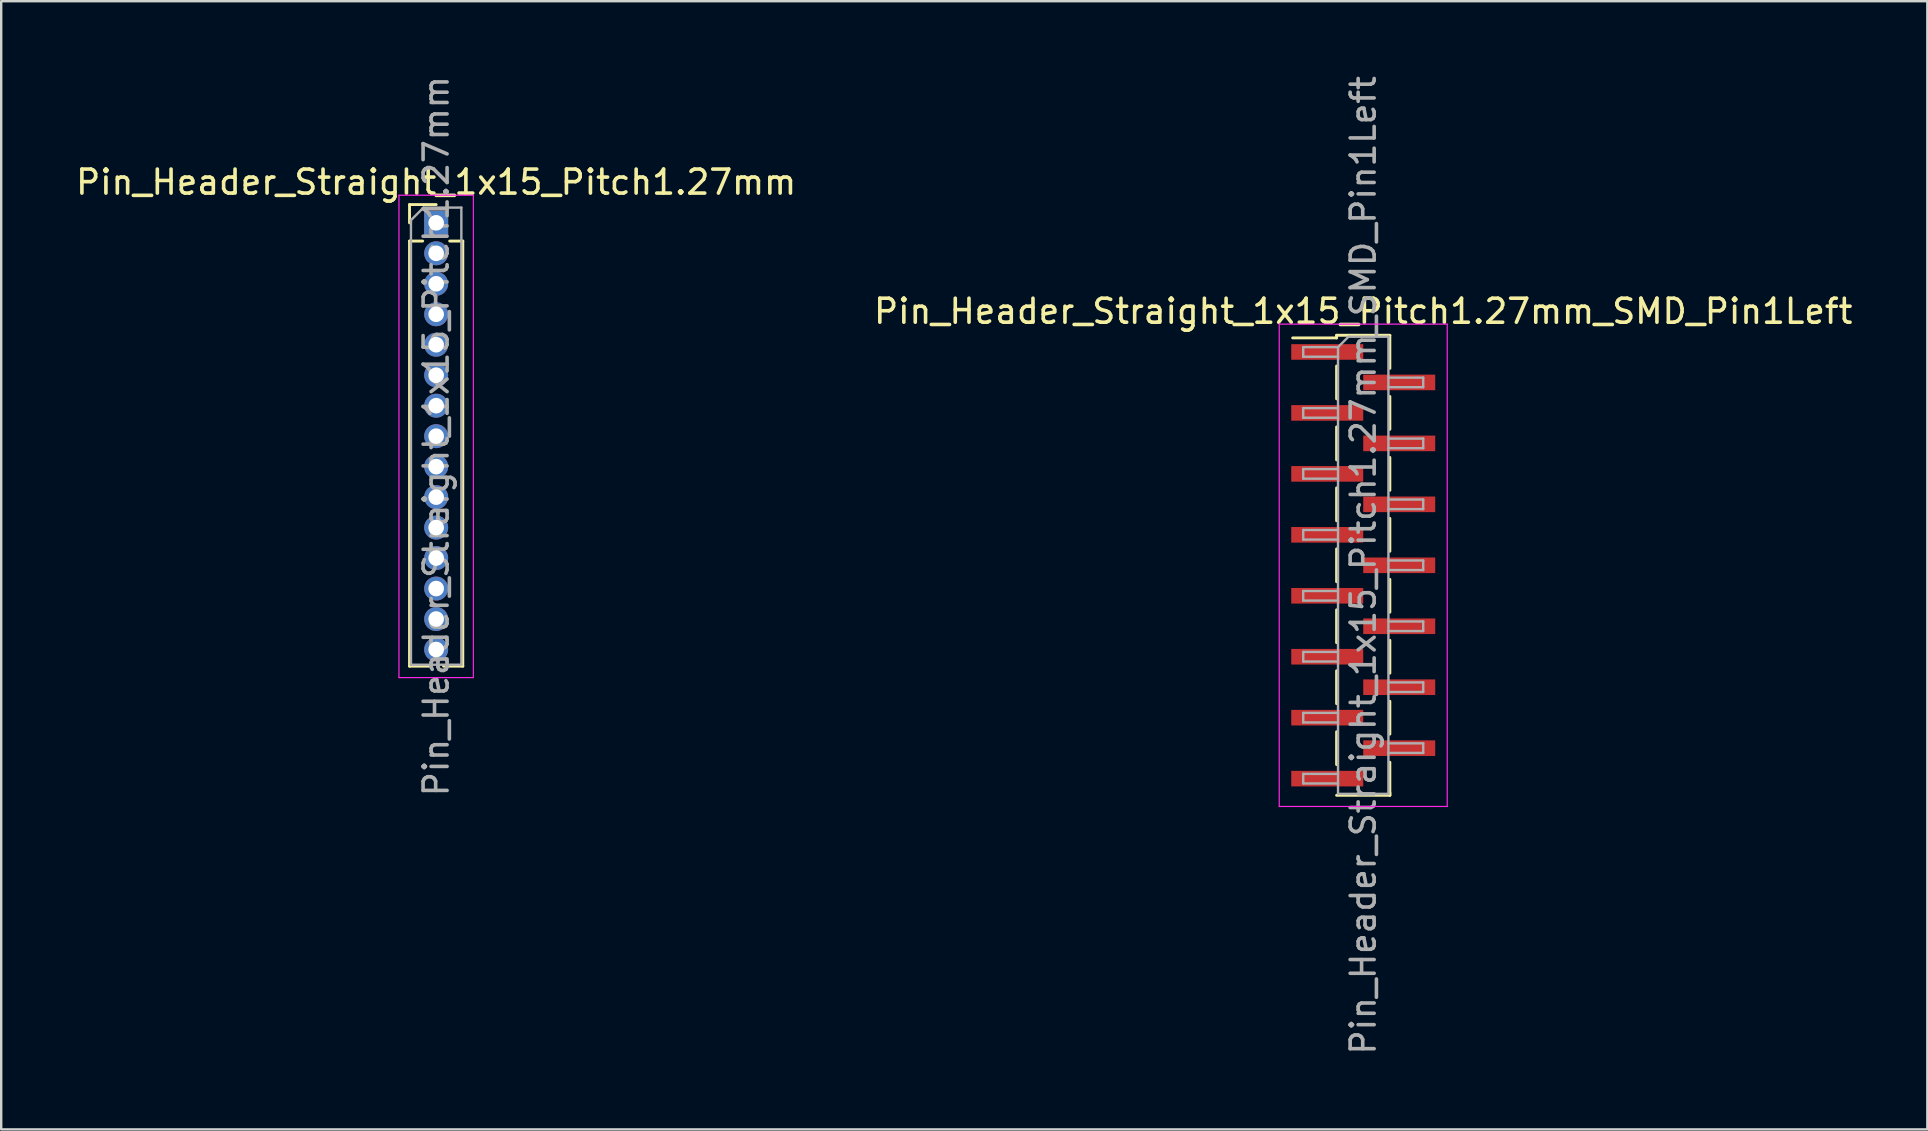
<source format=kicad_pcb>
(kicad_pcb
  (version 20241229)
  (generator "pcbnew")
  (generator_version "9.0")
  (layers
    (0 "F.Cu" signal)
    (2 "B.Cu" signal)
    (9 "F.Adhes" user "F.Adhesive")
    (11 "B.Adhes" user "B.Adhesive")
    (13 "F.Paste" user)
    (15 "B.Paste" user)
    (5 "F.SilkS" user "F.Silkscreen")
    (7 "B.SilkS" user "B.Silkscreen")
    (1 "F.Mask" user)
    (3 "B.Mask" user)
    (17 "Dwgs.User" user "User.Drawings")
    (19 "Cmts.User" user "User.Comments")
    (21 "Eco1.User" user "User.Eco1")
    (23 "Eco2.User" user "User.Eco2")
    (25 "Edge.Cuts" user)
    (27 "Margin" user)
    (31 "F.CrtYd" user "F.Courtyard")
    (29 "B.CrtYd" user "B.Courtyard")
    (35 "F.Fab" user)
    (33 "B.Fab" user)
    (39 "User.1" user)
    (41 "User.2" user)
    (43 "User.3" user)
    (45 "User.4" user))
  (footprint "Pin_Header_Straight_1x15_Pitch1.27mm_SMD_Pin1Left"
    (layer "F.Cu")
    (at 53.756 20.506)
    (property "Reference" "Pin_Header_Straight_1x15_Pitch1.27mm_SMD_Pin1Left" (at 0 -10.585 0) (layer "F.SilkS") (effects (font (size 1 1) (thickness 0.15))))
    (attr smd)
    (fp_line (start -1.11 -9.585) (end -1.11 -9.475) (stroke (width 0.12) (type solid)) (layer "F.SilkS"))
    (fp_line (start -1.11 -9.585) (end 1.11 -9.585) (stroke (width 0.12) (type solid)) (layer "F.SilkS"))
    (fp_line (start -1.11 -9.475) (end -2.94 -9.475) (stroke (width 0.12) (type solid)) (layer "F.SilkS"))
    (fp_line (start -1.11 -8.305) (end -1.11 -6.935) (stroke (width 0.12) (type solid)) (layer "F.SilkS"))
    (fp_line (start -1.11 -5.765) (end -1.11 -4.395) (stroke (width 0.12) (type solid)) (layer "F.SilkS"))
    (fp_line (start -1.11 -3.225) (end -1.11 -1.855) (stroke (width 0.12) (type solid)) (layer "F.SilkS"))
    (fp_line (start -1.11 -0.685) (end -1.11 0.685) (stroke (width 0.12) (type solid)) (layer "F.SilkS"))
    (fp_line (start -1.11 1.855) (end -1.11 3.225) (stroke (width 0.12) (type solid)) (layer "F.SilkS"))
    (fp_line (start -1.11 4.395) (end -1.11 5.765) (stroke (width 0.12) (type solid)) (layer "F.SilkS"))
    (fp_line (start -1.11 6.935) (end -1.11 8.305) (stroke (width 0.12) (type solid)) (layer "F.SilkS"))
    (fp_line (start -1.11 9.585) (end 1.11 9.585) (stroke (width 0.12) (type solid)) (layer "F.SilkS"))
    (fp_line (start 1.11 -9.575) (end 1.11 -8.205) (stroke (width 0.12) (type solid)) (layer "F.SilkS"))
    (fp_line (start 1.11 -7.035) (end 1.11 -5.665) (stroke (width 0.12) (type solid)) (layer "F.SilkS"))
    (fp_line (start 1.11 -4.495) (end 1.11 -3.125) (stroke (width 0.12) (type solid)) (layer "F.SilkS"))
    (fp_line (start 1.11 -1.955) (end 1.11 -0.585) (stroke (width 0.12) (type solid)) (layer "F.SilkS"))
    (fp_line (start 1.11 0.585) (end 1.11 1.955) (stroke (width 0.12) (type solid)) (layer "F.SilkS"))
    (fp_line (start 1.11 3.125) (end 1.11 4.495) (stroke (width 0.12) (type solid)) (layer "F.SilkS"))
    (fp_line (start 1.11 5.665) (end 1.11 7.035) (stroke (width 0.12) (type solid)) (layer "F.SilkS"))
    (fp_line (start 1.11 8.205) (end 1.11 9.575) (stroke (width 0.12) (type solid)) (layer "F.SilkS"))
    (fp_line (start 1.11 9.475) (end 1.11 9.585) (stroke (width 0.12) (type solid)) (layer "F.SilkS"))
    (fp_line (start -3.5 -10.05) (end -3.5 10.05) (stroke (width 0.05) (type solid)) (layer "F.CrtYd"))
    (fp_line (start -3.5 10.05) (end 3.5 10.05) (stroke (width 0.05) (type solid)) (layer "F.CrtYd"))
    (fp_line (start 3.5 -10.05) (end -3.5 -10.05) (stroke (width 0.05) (type solid)) (layer "F.CrtYd"))
    (fp_line (start 3.5 10.05) (end 3.5 -10.05) (stroke (width 0.05) (type solid)) (layer "F.CrtYd"))
    (fp_line (start -2.5 -9.09) (end -2.5 -8.69) (stroke (width 0.1) (type solid)) (layer "F.Fab"))
    (fp_line (start -2.5 -8.69) (end -1.05 -8.69) (stroke (width 0.1) (type solid)) (layer "F.Fab"))
    (fp_line (start -2.5 -6.55) (end -2.5 -6.15) (stroke (width 0.1) (type solid)) (layer "F.Fab"))
    (fp_line (start -2.5 -6.15) (end -1.05 -6.15) (stroke (width 0.1) (type solid)) (layer "F.Fab"))
    (fp_line (start -2.5 -4.01) (end -2.5 -3.61) (stroke (width 0.1) (type solid)) (layer "F.Fab"))
    (fp_line (start -2.5 -3.61) (end -1.05 -3.61) (stroke (width 0.1) (type solid)) (layer "F.Fab"))
    (fp_line (start -2.5 -1.47) (end -2.5 -1.07) (stroke (width 0.1) (type solid)) (layer "F.Fab"))
    (fp_line (start -2.5 -1.07) (end -1.05 -1.07) (stroke (width 0.1) (type solid)) (layer "F.Fab"))
    (fp_line (start -2.5 1.07) (end -2.5 1.47) (stroke (width 0.1) (type solid)) (layer "F.Fab"))
    (fp_line (start -2.5 1.47) (end -1.05 1.47) (stroke (width 0.1) (type solid)) (layer "F.Fab"))
    (fp_line (start -2.5 3.61) (end -2.5 4.01) (stroke (width 0.1) (type solid)) (layer "F.Fab"))
    (fp_line (start -2.5 4.01) (end -1.05 4.01) (stroke (width 0.1) (type solid)) (layer "F.Fab"))
    (fp_line (start -2.5 6.15) (end -2.5 6.55) (stroke (width 0.1) (type solid)) (layer "F.Fab"))
    (fp_line (start -2.5 6.55) (end -1.05 6.55) (stroke (width 0.1) (type solid)) (layer "F.Fab"))
    (fp_line (start -2.5 8.69) (end -2.5 9.09) (stroke (width 0.1) (type solid)) (layer "F.Fab"))
    (fp_line (start -2.5 9.09) (end -1.05 9.09) (stroke (width 0.1) (type solid)) (layer "F.Fab"))
    (fp_line (start -1.05 -9.09) (end -2.5 -9.09) (stroke (width 0.1) (type solid)) (layer "F.Fab"))
    (fp_line (start -1.05 -9.09) (end -0.615 -9.525) (stroke (width 0.1) (type solid)) (layer "F.Fab"))
    (fp_line (start -1.05 -6.55) (end -2.5 -6.55) (stroke (width 0.1) (type solid)) (layer "F.Fab"))
    (fp_line (start -1.05 -4.01) (end -2.5 -4.01) (stroke (width 0.1) (type solid)) (layer "F.Fab"))
    (fp_line (start -1.05 -1.47) (end -2.5 -1.47) (stroke (width 0.1) (type solid)) (layer "F.Fab"))
    (fp_line (start -1.05 1.07) (end -2.5 1.07) (stroke (width 0.1) (type solid)) (layer "F.Fab"))
    (fp_line (start -1.05 3.61) (end -2.5 3.61) (stroke (width 0.1) (type solid)) (layer "F.Fab"))
    (fp_line (start -1.05 6.15) (end -2.5 6.15) (stroke (width 0.1) (type solid)) (layer "F.Fab"))
    (fp_line (start -1.05 8.69) (end -2.5 8.69) (stroke (width 0.1) (type solid)) (layer "F.Fab"))
    (fp_line (start -1.05 9.525) (end -1.05 -9.09) (stroke (width 0.1) (type solid)) (layer "F.Fab"))
    (fp_line (start -0.615 -9.525) (end 1.05 -9.525) (stroke (width 0.1) (type solid)) (layer "F.Fab"))
    (fp_line (start 1.05 -9.525) (end 1.05 9.525) (stroke (width 0.1) (type solid)) (layer "F.Fab"))
    (fp_line (start 1.05 -7.82) (end 2.5 -7.82) (stroke (width 0.1) (type solid)) (layer "F.Fab"))
    (fp_line (start 1.05 -5.28) (end 2.5 -5.28) (stroke (width 0.1) (type solid)) (layer "F.Fab"))
    (fp_line (start 1.05 -2.74) (end 2.5 -2.74) (stroke (width 0.1) (type solid)) (layer "F.Fab"))
    (fp_line (start 1.05 -0.2) (end 2.5 -0.2) (stroke (width 0.1) (type solid)) (layer "F.Fab"))
    (fp_line (start 1.05 2.34) (end 2.5 2.34) (stroke (width 0.1) (type solid)) (layer "F.Fab"))
    (fp_line (start 1.05 4.88) (end 2.5 4.88) (stroke (width 0.1) (type solid)) (layer "F.Fab"))
    (fp_line (start 1.05 7.42) (end 2.5 7.42) (stroke (width 0.1) (type solid)) (layer "F.Fab"))
    (fp_line (start 1.05 9.525) (end -1.05 9.525) (stroke (width 0.1) (type solid)) (layer "F.Fab"))
    (fp_line (start 2.5 -7.82) (end 2.5 -7.42) (stroke (width 0.1) (type solid)) (layer "F.Fab"))
    (fp_line (start 2.5 -7.42) (end 1.05 -7.42) (stroke (width 0.1) (type solid)) (layer "F.Fab"))
    (fp_line (start 2.5 -5.28) (end 2.5 -4.88) (stroke (width 0.1) (type solid)) (layer "F.Fab"))
    (fp_line (start 2.5 -4.88) (end 1.05 -4.88) (stroke (width 0.1) (type solid)) (layer "F.Fab"))
    (fp_line (start 2.5 -2.74) (end 2.5 -2.34) (stroke (width 0.1) (type solid)) (layer "F.Fab"))
    (fp_line (start 2.5 -2.34) (end 1.05 -2.34) (stroke (width 0.1) (type solid)) (layer "F.Fab"))
    (fp_line (start 2.5 -0.2) (end 2.5 0.2) (stroke (width 0.1) (type solid)) (layer "F.Fab"))
    (fp_line (start 2.5 0.2) (end 1.05 0.2) (stroke (width 0.1) (type solid)) (layer "F.Fab"))
    (fp_line (start 2.5 2.34) (end 2.5 2.74) (stroke (width 0.1) (type solid)) (layer "F.Fab"))
    (fp_line (start 2.5 2.74) (end 1.05 2.74) (stroke (width 0.1) (type solid)) (layer "F.Fab"))
    (fp_line (start 2.5 4.88) (end 2.5 5.28) (stroke (width 0.1) (type solid)) (layer "F.Fab"))
    (fp_line (start 2.5 5.28) (end 1.05 5.28) (stroke (width 0.1) (type solid)) (layer "F.Fab"))
    (fp_line (start 2.5 7.42) (end 2.5 7.82) (stroke (width 0.1) (type solid)) (layer "F.Fab"))
    (fp_line (start 2.5 7.82) (end 1.05 7.82) (stroke (width 0.1) (type solid)) (layer "F.Fab"))
    (fp_text user "${REFERENCE}" (at 0 0 90) (layer "F.Fab") (effects (font (size 1 1) (thickness 0.15))))
    (pad "1" smd rect (at -1.5 -8.89) (size 3 0.65) (layers "F.Cu" "F.Mask" "F.Paste"))
    (pad "2" smd rect (at 1.5 -7.62) (size 3 0.65) (layers "F.Cu" "F.Mask" "F.Paste"))
    (pad "3" smd rect (at -1.5 -6.35) (size 3 0.65) (layers "F.Cu" "F.Mask" "F.Paste"))
    (pad "4" smd rect (at 1.5 -5.08) (size 3 0.65) (layers "F.Cu" "F.Mask" "F.Paste"))
    (pad "5" smd rect (at -1.5 -3.81) (size 3 0.65) (layers "F.Cu" "F.Mask" "F.Paste"))
    (pad "6" smd rect (at 1.5 -2.54) (size 3 0.65) (layers "F.Cu" "F.Mask" "F.Paste"))
    (pad "7" smd rect (at -1.5 -1.27) (size 3 0.65) (layers "F.Cu" "F.Mask" "F.Paste"))
    (pad "8" smd rect (at 1.5 0) (size 3 0.65) (layers "F.Cu" "F.Mask" "F.Paste"))
    (pad "9" smd rect (at -1.5 1.27) (size 3 0.65) (layers "F.Cu" "F.Mask" "F.Paste"))
    (pad "10" smd rect (at 1.5 2.54) (size 3 0.65) (layers "F.Cu" "F.Mask" "F.Paste"))
    (pad "11" smd rect (at -1.5 3.81) (size 3 0.65) (layers "F.Cu" "F.Mask" "F.Paste"))
    (pad "12" smd rect (at 1.5 5.08) (size 3 0.65) (layers "F.Cu" "F.Mask" "F.Paste"))
    (pad "13" smd rect (at -1.5 6.35) (size 3 0.65) (layers "F.Cu" "F.Mask" "F.Paste"))
    (pad "14" smd rect (at 1.5 7.62) (size 3 0.65) (layers "F.Cu" "F.Mask" "F.Paste"))
    (pad "15" smd rect (at -1.5 8.89) (size 3 0.65) (layers "F.Cu" "F.Mask" "F.Paste")))
  (footprint "Pin_Header_Straight_1x15_Pitch1.27mm"
    (layer "F.Cu")
    (at 15.125 6.235)
    (property "Reference" "Pin_Header_Straight_1x15_Pitch1.27mm" (at 0 -1.695 0) (layer "F.SilkS") (effects (font (size 1 1) (thickness 0.15))))
    (attr through_hole)
    (fp_line (start -1.11 -0.76) (end 0 -0.76) (stroke (width 0.12) (type solid)) (layer "F.SilkS"))
    (fp_line (start -1.11 0) (end -1.11 -0.76) (stroke (width 0.12) (type solid)) (layer "F.SilkS"))
    (fp_line (start -1.11 0.76) (end -1.11 18.475) (stroke (width 0.12) (type solid)) (layer "F.SilkS"))
    (fp_line (start -1.11 0.76) (end -0.563 0.76) (stroke (width 0.12) (type solid)) (layer "F.SilkS"))
    (fp_line (start -1.11 18.475) (end -0.308 18.475) (stroke (width 0.12) (type solid)) (layer "F.SilkS"))
    (fp_line (start 0.308 18.475) (end 1.11 18.475) (stroke (width 0.12) (type solid)) (layer "F.SilkS"))
    (fp_line (start 0.563 0.76) (end 1.11 0.76) (stroke (width 0.12) (type solid)) (layer "F.SilkS"))
    (fp_line (start 1.11 0.76) (end 1.11 18.475) (stroke (width 0.12) (type solid)) (layer "F.SilkS"))
    (fp_line (start -1.55 -1.15) (end -1.55 18.95) (stroke (width 0.05) (type solid)) (layer "F.CrtYd"))
    (fp_line (start -1.55 18.95) (end 1.55 18.95) (stroke (width 0.05) (type solid)) (layer "F.CrtYd"))
    (fp_line (start 1.55 -1.15) (end -1.55 -1.15) (stroke (width 0.05) (type solid)) (layer "F.CrtYd"))
    (fp_line (start 1.55 18.95) (end 1.55 -1.15) (stroke (width 0.05) (type solid)) (layer "F.CrtYd"))
    (fp_line (start -1.05 -0.11) (end -0.525 -0.635) (stroke (width 0.1) (type solid)) (layer "F.Fab"))
    (fp_line (start -1.05 18.415) (end -1.05 -0.11) (stroke (width 0.1) (type solid)) (layer "F.Fab"))
    (fp_line (start -0.525 -0.635) (end 1.05 -0.635) (stroke (width 0.1) (type solid)) (layer "F.Fab"))
    (fp_line (start 1.05 -0.635) (end 1.05 18.415) (stroke (width 0.1) (type solid)) (layer "F.Fab"))
    (fp_line (start 1.05 18.415) (end -1.05 18.415) (stroke (width 0.1) (type solid)) (layer "F.Fab"))
    (fp_text user "${REFERENCE}" (at 0 8.89 90) (layer "F.Fab") (effects (font (size 1 1) (thickness 0.15))))
    (pad "1" thru_hole rect (at 0 0) (size 1 1) (drill 0.65) (layers "*.Cu" "*.Mask"))
    (pad "2" thru_hole oval (at 0 1.27) (size 1 1) (drill 0.65) (layers "*.Cu" "*.Mask"))
    (pad "3" thru_hole oval (at 0 2.54) (size 1 1) (drill 0.65) (layers "*.Cu" "*.Mask"))
    (pad "4" thru_hole oval (at 0 3.81) (size 1 1) (drill 0.65) (layers "*.Cu" "*.Mask"))
    (pad "5" thru_hole oval (at 0 5.08) (size 1 1) (drill 0.65) (layers "*.Cu" "*.Mask"))
    (pad "6" thru_hole oval (at 0 6.35) (size 1 1) (drill 0.65) (layers "*.Cu" "*.Mask"))
    (pad "7" thru_hole oval (at 0 7.62) (size 1 1) (drill 0.65) (layers "*.Cu" "*.Mask"))
    (pad "8" thru_hole oval (at 0 8.89) (size 1 1) (drill 0.65) (layers "*.Cu" "*.Mask"))
    (pad "9" thru_hole oval (at 0 10.16) (size 1 1) (drill 0.65) (layers "*.Cu" "*.Mask"))
    (pad "10" thru_hole oval (at 0 11.43) (size 1 1) (drill 0.65) (layers "*.Cu" "*.Mask"))
    (pad "11" thru_hole oval (at 0 12.7) (size 1 1) (drill 0.65) (layers "*.Cu" "*.Mask"))
    (pad "12" thru_hole oval (at 0 13.97) (size 1 1) (drill 0.65) (layers "*.Cu" "*.Mask"))
    (pad "13" thru_hole oval (at 0 15.24) (size 1 1) (drill 0.65) (layers "*.Cu" "*.Mask"))
    (pad "14" thru_hole oval (at 0 16.51) (size 1 1) (drill 0.65) (layers "*.Cu" "*.Mask"))
    (pad "15" thru_hole oval (at 0 17.78) (size 1 1) (drill 0.65) (layers "*.Cu" "*.Mask")))
  (gr_rect
    (start -3 -3)
    (end 77.262 44.012)
    (stroke (width 0.1) (type default))
    (fill no)
    (layer "Edge.Cuts")))
</source>
